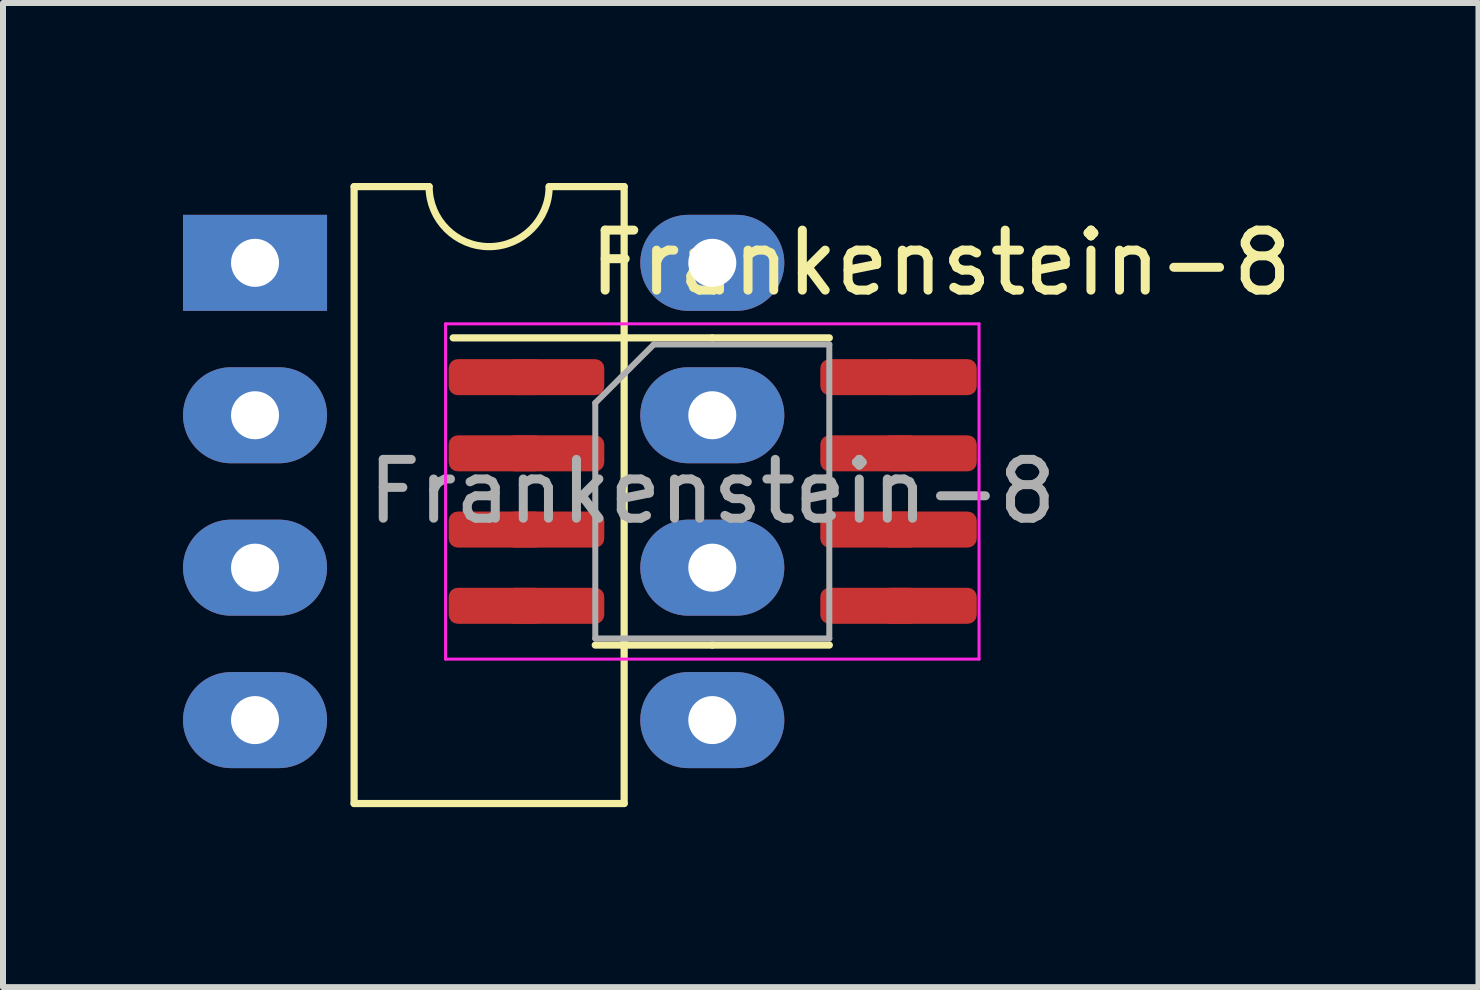
<source format=kicad_pcb>
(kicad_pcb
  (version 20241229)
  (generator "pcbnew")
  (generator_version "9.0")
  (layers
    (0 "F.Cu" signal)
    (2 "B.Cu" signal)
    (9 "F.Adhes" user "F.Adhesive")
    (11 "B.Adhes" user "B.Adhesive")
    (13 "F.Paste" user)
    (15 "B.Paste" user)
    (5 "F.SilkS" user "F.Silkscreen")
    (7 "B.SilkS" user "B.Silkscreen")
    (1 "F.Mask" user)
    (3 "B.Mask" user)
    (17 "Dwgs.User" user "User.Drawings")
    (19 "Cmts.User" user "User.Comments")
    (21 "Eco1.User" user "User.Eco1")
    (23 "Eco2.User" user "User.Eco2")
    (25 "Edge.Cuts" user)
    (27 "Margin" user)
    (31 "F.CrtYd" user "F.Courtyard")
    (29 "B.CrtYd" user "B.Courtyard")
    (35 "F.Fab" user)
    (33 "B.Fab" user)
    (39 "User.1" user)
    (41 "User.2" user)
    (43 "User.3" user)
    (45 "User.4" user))
  (footprint "Frankenstein-8"
    (layer "F.Cu")
    (at 8.82 5.14)
    (property "Reference" "Frankenstein-8" (at 3.81 -3.81 0) (layer "F.SilkS") (effects (font (size 1 1) (thickness 0.15))))
    (attr through_hole)
    (fp_line (start -5.969 -5.08) (end -5.969 5.2) (stroke (width 0.12) (type solid)) (layer "F.SilkS"))
    (fp_line (start -5.969 5.2) (end -1.469 5.2) (stroke (width 0.12) (type solid)) (layer "F.SilkS"))
    (fp_line (start -4.719 -5.08) (end -5.969 -5.08) (stroke (width 0.12) (type solid)) (layer "F.SilkS"))
    (fp_line (start -1.469 -5.08) (end -2.719 -5.08) (stroke (width 0.12) (type solid)) (layer "F.SilkS"))
    (fp_line (start -1.469 5.2) (end -1.469 -5.08) (stroke (width 0.12) (type solid)) (layer "F.SilkS"))
    (fp_line (start 0 -2.56) (end -4.318 -2.56) (stroke (width 0.12) (type solid)) (layer "F.SilkS"))
    (fp_line (start 0 -2.56) (end 1.95 -2.56) (stroke (width 0.12) (type solid)) (layer "F.SilkS"))
    (fp_line (start 0 2.56) (end -1.95 2.56) (stroke (width 0.12) (type solid)) (layer "F.SilkS"))
    (fp_line (start 0 2.56) (end 1.95 2.56) (stroke (width 0.12) (type solid)) (layer "F.SilkS"))
    (fp_arc (start -2.719 -5.08) (mid -3.719 -4.08) (end -4.719 -5.08) (stroke (width 0.12) (type solid)) (layer "F.SilkS"))
    (fp_line (start -4.445 -2.794) (end -4.445 2.794) (stroke (width 0.05) (type solid)) (layer "F.CrtYd"))
    (fp_line (start -4.445 2.794) (end 4.445 2.794) (stroke (width 0.05) (type solid)) (layer "F.CrtYd"))
    (fp_line (start 4.445 -2.794) (end -4.445 -2.794) (stroke (width 0.05) (type solid)) (layer "F.CrtYd"))
    (fp_line (start 4.445 2.794) (end 4.445 -2.794) (stroke (width 0.05) (type solid)) (layer "F.CrtYd"))
    (fp_line (start -1.95 -1.475) (end -0.975 -2.45) (stroke (width 0.1) (type solid)) (layer "F.Fab"))
    (fp_line (start -1.95 2.45) (end -1.95 -1.475) (stroke (width 0.1) (type solid)) (layer "F.Fab"))
    (fp_line (start -0.975 -2.45) (end 1.95 -2.45) (stroke (width 0.1) (type solid)) (layer "F.Fab"))
    (fp_line (start 1.95 -2.45) (end 1.95 2.45) (stroke (width 0.1) (type solid)) (layer "F.Fab"))
    (fp_line (start 1.95 2.45) (end -1.95 2.45) (stroke (width 0.1) (type solid)) (layer "F.Fab"))
    (fp_text user "${REFERENCE}" (at 0 0 0) (layer "F.Fab") (effects (font (size 0.98 0.98) (thickness 0.15))))
    (pad "1" thru_hole rect (at -7.62 -3.81) (size 2.4 1.6) (drill 0.8) (layers "*.Cu" "*.Mask"))
    (pad "1" smd roundrect (at -3.593 -1.905) (size 1.6 0.6) (layers "F.Cu" "F.Mask" "F.Paste") (roundrect_rratio 0.25))
    (pad "1" smd roundrect (at -2.625 -1.905) (size 1.65 0.6) (layers "F.Cu" "F.Mask" "F.Paste") (roundrect_rratio 0.25))
    (pad "2" thru_hole oval (at -7.62 -1.27) (size 2.4 1.6) (drill 0.8) (layers "*.Cu" "*.Mask"))
    (pad "2" smd roundrect (at -3.593 -0.635) (size 1.6 0.6) (layers "F.Cu" "F.Mask" "F.Paste") (roundrect_rratio 0.25))
    (pad "2" smd roundrect (at -2.625 -0.635) (size 1.65 0.6) (layers "F.Cu" "F.Mask" "F.Paste") (roundrect_rratio 0.25))
    (pad "3" thru_hole oval (at -7.62 1.27) (size 2.4 1.6) (drill 0.8) (layers "*.Cu" "*.Mask"))
    (pad "3" smd roundrect (at -3.593 0.635) (size 1.6 0.6) (layers "F.Cu" "F.Mask" "F.Paste") (roundrect_rratio 0.25))
    (pad "3" smd roundrect (at -2.625 0.635) (size 1.65 0.6) (layers "F.Cu" "F.Mask" "F.Paste") (roundrect_rratio 0.25))
    (pad "4" thru_hole oval (at -7.62 3.81) (size 2.4 1.6) (drill 0.8) (layers "*.Cu" "*.Mask"))
    (pad "4" smd roundrect (at -3.593 1.905) (size 1.6 0.6) (layers "F.Cu" "F.Mask" "F.Paste") (roundrect_rratio 0.25))
    (pad "4" smd roundrect (at -2.625 1.905) (size 1.65 0.6) (layers "F.Cu" "F.Mask" "F.Paste") (roundrect_rratio 0.25))
    (pad "5" thru_hole oval (at 0 3.81) (size 2.4 1.6) (drill 0.8) (layers "*.Cu" "*.Mask"))
    (pad "5" smd roundrect (at 2.625 1.905) (size 1.65 0.6) (layers "F.Cu" "F.Mask" "F.Paste") (roundrect_rratio 0.25))
    (pad "5" smd roundrect (at 3.607 1.905) (size 1.6 0.6) (layers "F.Cu" "F.Mask" "F.Paste") (roundrect_rratio 0.25))
    (pad "6" thru_hole oval (at 0 1.27) (size 2.4 1.6) (drill 0.8) (layers "*.Cu" "*.Mask"))
    (pad "6" smd roundrect (at 2.625 0.635) (size 1.65 0.6) (layers "F.Cu" "F.Mask" "F.Paste") (roundrect_rratio 0.25))
    (pad "6" smd roundrect (at 3.607 0.635) (size 1.6 0.6) (layers "F.Cu" "F.Mask" "F.Paste") (roundrect_rratio 0.25))
    (pad "7" thru_hole oval (at 0 -1.27) (size 2.4 1.6) (drill 0.8) (layers "*.Cu" "*.Mask"))
    (pad "7" smd roundrect (at 2.625 -0.635) (size 1.65 0.6) (layers "F.Cu" "F.Mask" "F.Paste") (roundrect_rratio 0.25))
    (pad "7" smd roundrect (at 3.607 -0.635) (size 1.6 0.6) (layers "F.Cu" "F.Mask" "F.Paste") (roundrect_rratio 0.25))
    (pad "8" thru_hole oval (at 0 -3.81) (size 2.4 1.6) (drill 0.8) (layers "*.Cu" "*.Mask"))
    (pad "8" smd roundrect (at 2.625 -1.905) (size 1.65 0.6) (layers "F.Cu" "F.Mask" "F.Paste") (roundrect_rratio 0.25))
    (pad "8" smd roundrect (at 3.607 -1.905) (size 1.6 0.6) (layers "F.Cu" "F.Mask" "F.Paste") (roundrect_rratio 0.25)))
  (gr_rect
    (start -3 -3)
    (end 21.588 13.4)
    (stroke (width 0.1) (type default))
    (fill no)
    (layer "Edge.Cuts")))
</source>
